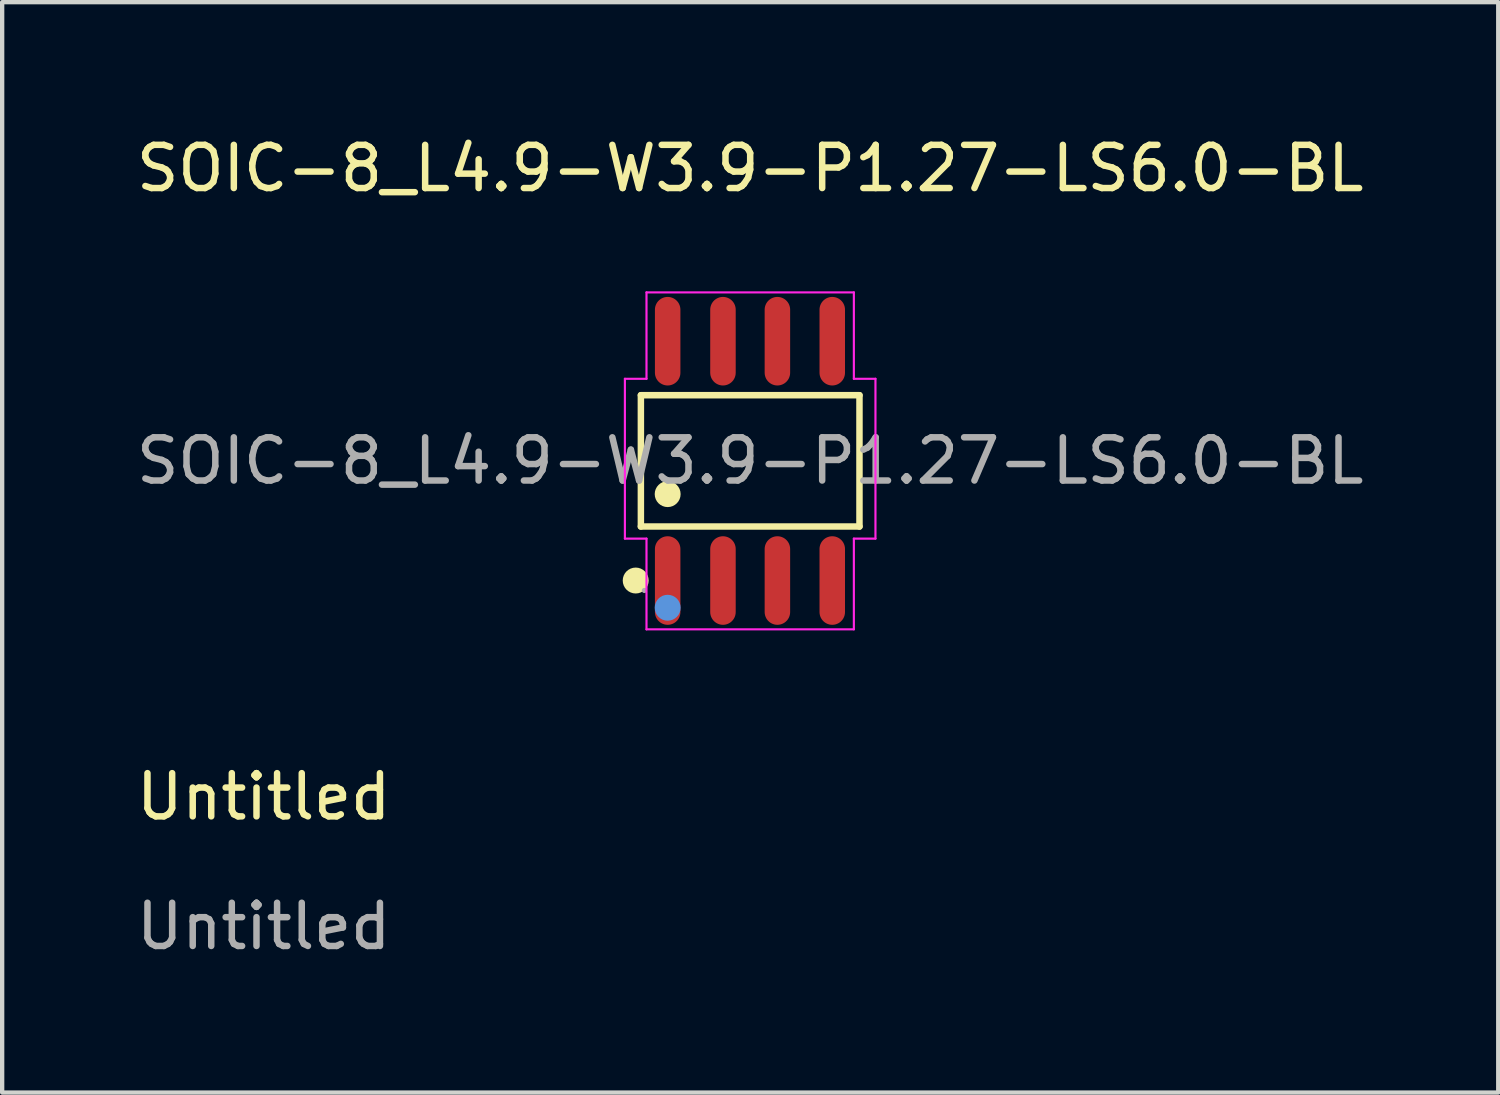
<source format=kicad_pcb>
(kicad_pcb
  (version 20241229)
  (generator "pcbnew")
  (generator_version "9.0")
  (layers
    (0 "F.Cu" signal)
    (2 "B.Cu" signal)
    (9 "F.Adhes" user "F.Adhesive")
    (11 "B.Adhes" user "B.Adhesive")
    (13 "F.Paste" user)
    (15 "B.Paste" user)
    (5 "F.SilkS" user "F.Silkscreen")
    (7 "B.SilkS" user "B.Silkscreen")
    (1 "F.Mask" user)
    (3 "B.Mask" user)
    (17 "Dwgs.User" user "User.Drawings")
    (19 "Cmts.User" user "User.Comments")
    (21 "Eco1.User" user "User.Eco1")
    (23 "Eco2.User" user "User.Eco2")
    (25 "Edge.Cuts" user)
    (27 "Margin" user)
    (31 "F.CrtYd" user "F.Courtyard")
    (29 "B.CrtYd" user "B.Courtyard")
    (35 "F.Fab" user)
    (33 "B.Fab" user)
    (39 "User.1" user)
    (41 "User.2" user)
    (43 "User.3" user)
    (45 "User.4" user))
  (footprint "Untitled"
    (layer "F.Cu")
    (at 3.054 15.892)
    (property "Reference" "Untitled" (at 0 -0.5 0) (unlocked yes) (layer "F.SilkS") (effects (font (size 1 1) (thickness 0.15))))
    (attr smd)
    (fp_text user "${REFERENCE}" (at 0 2.5 0) (unlocked yes) (layer "F.Fab") (effects (font (size 1 1) (thickness 0.15)))))
  (footprint "SOIC-8_L4.9-W3.9-P1.27-LS6.0-BL"
    (layer "F.Cu")
    (at 14.315 7.618)
    (property "Reference" "SOIC-8_L4.9-W3.9-P1.27-LS6.0-BL" (at 0 -6.77 0) (layer "F.SilkS") (effects (font (size 1 1) (thickness 0.15))))
    (attr smd)
    (fp_line (start -2.53 -1.52) (end 2.53 -1.52) (stroke (width 0.15) (type solid)) (layer "F.SilkS"))
    (fp_line (start -2.53 1.52) (end -2.53 -1.52) (stroke (width 0.15) (type solid)) (layer "F.SilkS"))
    (fp_line (start 2.53 -1.52) (end 2.53 1.52) (stroke (width 0.15) (type solid)) (layer "F.SilkS"))
    (fp_line (start 2.53 1.52) (end -2.53 1.52) (stroke (width 0.15) (type solid)) (layer "F.SilkS"))
    (fp_circle (center -2.65 2.77) (end -2.5 2.77) (stroke (width 0.3) (type solid)) (fill no) (layer "F.SilkS"))
    (fp_circle (center -1.91 0.77) (end -1.76 0.77) (stroke (width 0.3) (type solid)) (fill no) (layer "F.SilkS"))
    (fp_circle (center -1.91 3.4) (end -1.76 3.4) (stroke (width 0.3) (type solid)) (fill no) (layer "Cmts.User"))
    (fp_line (start -2.9 -1.9) (end -2.4 -1.9) (stroke (width 0.05) (type default)) (layer "F.CrtYd"))
    (fp_line (start -2.9 1.8) (end -2.9 -1.9) (stroke (width 0.05) (type default)) (layer "F.CrtYd"))
    (fp_line (start -2.4 -3.9) (end 2.4 -3.9) (stroke (width 0.05) (type default)) (layer "F.CrtYd"))
    (fp_line (start -2.4 -1.9) (end -2.4 -3.9) (stroke (width 0.05) (type default)) (layer "F.CrtYd"))
    (fp_line (start -2.4 1.8) (end -2.9 1.8) (stroke (width 0.05) (type default)) (layer "F.CrtYd"))
    (fp_line (start -2.4 3.9) (end -2.4 1.8) (stroke (width 0.05) (type default)) (layer "F.CrtYd"))
    (fp_line (start 2.4 -3.9) (end 2.4 -1.9) (stroke (width 0.05) (type default)) (layer "F.CrtYd"))
    (fp_line (start 2.4 -1.9) (end 2.9 -1.9) (stroke (width 0.05) (type default)) (layer "F.CrtYd"))
    (fp_line (start 2.4 1.8) (end 2.4 3.9) (stroke (width 0.05) (type default)) (layer "F.CrtYd"))
    (fp_line (start 2.4 3.9) (end -2.4 3.9) (stroke (width 0.05) (type default)) (layer "F.CrtYd"))
    (fp_line (start 2.9 -1.9) (end 2.9 1.8) (stroke (width 0.05) (type default)) (layer "F.CrtYd"))
    (fp_line (start 2.9 1.8) (end 2.4 1.8) (stroke (width 0.05) (type default)) (layer "F.CrtYd"))
    (fp_circle (center -2.45 3) (end -2.42 3) (stroke (width 0.06) (type solid)) (fill no) (layer "F.Fab"))
    (fp_text user "${REFERENCE}" (at 0 0 0) (layer "F.Fab") (effects (font (size 1 1) (thickness 0.15))))
    (pad "1" smd oval (at -1.91 2.77) (size 0.59 2.05) (layers "F.Cu" "F.Mask" "F.Paste"))
    (pad "2" smd oval (at -0.63 2.77) (size 0.59 2.05) (layers "F.Cu" "F.Mask" "F.Paste"))
    (pad "3" smd oval (at 0.63 2.77) (size 0.59 2.05) (layers "F.Cu" "F.Mask" "F.Paste"))
    (pad "4" smd oval (at 1.9 2.77) (size 0.59 2.05) (layers "F.Cu" "F.Mask" "F.Paste"))
    (pad "5" smd oval (at 1.9 -2.77) (size 0.59 2.05) (layers "F.Cu" "F.Mask" "F.Paste"))
    (pad "6" smd oval (at 0.63 -2.77) (size 0.59 2.05) (layers "F.Cu" "F.Mask" "F.Paste"))
    (pad "7" smd oval (at -0.63 -2.77) (size 0.59 2.05) (layers "F.Cu" "F.Mask" "F.Paste"))
    (pad "8" smd oval (at -1.91 -2.77) (size 0.59 2.05) (layers "F.Cu" "F.Mask" "F.Paste")))
  (gr_rect
    (start -3 -3)
    (end 31.631 22.24)
    (stroke (width 0.1) (type default))
    (fill no)
    (layer "Edge.Cuts")))
</source>
